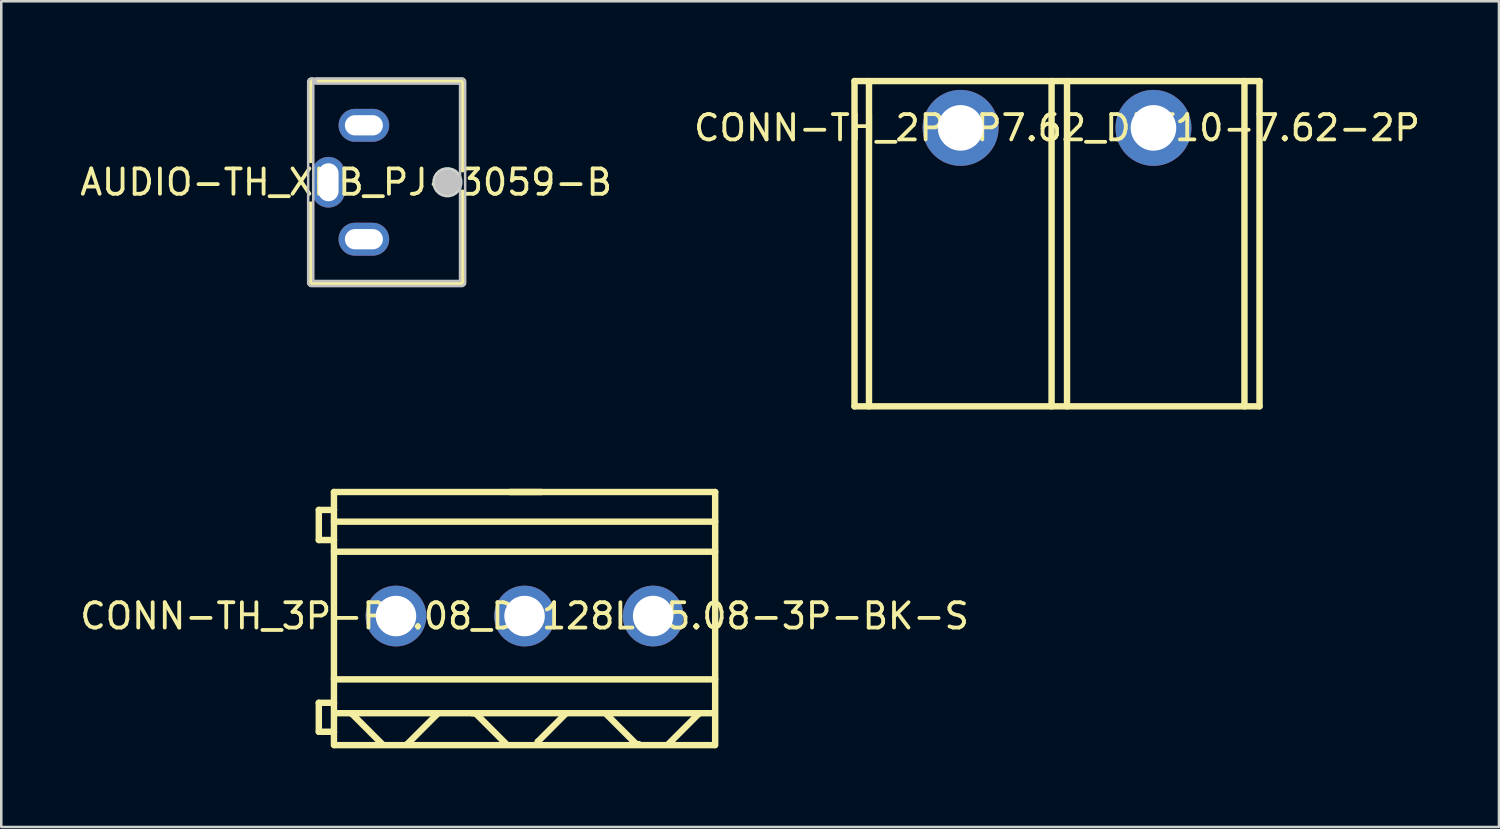
<source format=kicad_pcb>
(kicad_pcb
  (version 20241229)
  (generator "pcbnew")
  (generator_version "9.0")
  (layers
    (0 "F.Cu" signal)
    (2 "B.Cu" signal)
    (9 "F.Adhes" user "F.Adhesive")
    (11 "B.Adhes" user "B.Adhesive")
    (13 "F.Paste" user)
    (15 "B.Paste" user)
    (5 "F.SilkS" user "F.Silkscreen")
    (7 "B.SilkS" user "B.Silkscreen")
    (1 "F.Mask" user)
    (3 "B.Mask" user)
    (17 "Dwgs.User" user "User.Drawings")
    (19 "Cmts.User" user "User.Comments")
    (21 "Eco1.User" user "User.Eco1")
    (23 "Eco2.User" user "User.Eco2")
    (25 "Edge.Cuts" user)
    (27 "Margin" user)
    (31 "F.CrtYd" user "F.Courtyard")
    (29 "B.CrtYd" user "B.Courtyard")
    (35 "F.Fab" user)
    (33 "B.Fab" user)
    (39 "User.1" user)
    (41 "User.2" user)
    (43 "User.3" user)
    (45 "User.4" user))
  (footprint "CONN-TH_3P-P5.08_DB128L-5.08-3P-BK-S"
    (layer "F.Cu")
    (at 17.673 21.287)
    (property "Reference" "CONN-TH_3P-P5.08_DB128L-5.08-3P-BK-S" (at 0 0 0) (layer "F.SilkS") (effects (font (size 1 1) (thickness 0.15))))
    (fp_line (start -8.128 -4.192) (end -7.528 -4.192) (stroke (width 0.254) (type default)) (layer "F.SilkS"))
    (fp_line (start -8.128 -3.003) (end -8.128 -4.192) (stroke (width 0.254) (type default)) (layer "F.SilkS"))
    (fp_line (start -8.128 3.428) (end -7.528 3.428) (stroke (width 0.254) (type default)) (layer "F.SilkS"))
    (fp_line (start -8.128 4.572) (end -8.128 3.428) (stroke (width 0.254) (type default)) (layer "F.SilkS"))
    (fp_line (start -7.53 -4.9) (end -7.53 5.1) (stroke (width 0.254) (type default)) (layer "F.SilkS"))
    (fp_line (start -7.53 -4.9) (end 7.53 -4.9) (stroke (width 0.254) (type default)) (layer "F.SilkS"))
    (fp_line (start -7.53 -3.729) (end 7.53 -3.729) (stroke (width 0.254) (type default)) (layer "F.SilkS"))
    (fp_line (start -7.53 -2.54) (end 7.53 -2.54) (stroke (width 0.254) (type default)) (layer "F.SilkS"))
    (fp_line (start -7.53 2.469) (end -7.496 2.502) (stroke (width 0.254) (type default)) (layer "F.SilkS"))
    (fp_line (start -7.528 -3.003) (end -8.128 -3.003) (stroke (width 0.254) (type default)) (layer "F.SilkS"))
    (fp_line (start -7.528 4.572) (end -8.128 4.572) (stroke (width 0.254) (type default)) (layer "F.SilkS"))
    (fp_line (start -7.5 5.1) (end 7.5 5.1) (stroke (width 0.254) (type default)) (layer "F.SilkS"))
    (fp_line (start -7.496 2.502) (end 7.53 2.502) (stroke (width 0.254) (type default)) (layer "F.SilkS"))
    (fp_line (start -6.817 3.866) (end -6.817 3.838) (stroke (width 0.254) (type default)) (layer "F.SilkS"))
    (fp_line (start -5.623 5.06) (end -6.817 3.866) (stroke (width 0.254) (type default)) (layer "F.SilkS"))
    (fp_line (start -4.633 5.058) (end -4.633 5.06) (stroke (width 0.254) (type default)) (layer "F.SilkS"))
    (fp_line (start -3.413 3.838) (end -4.633 5.058) (stroke (width 0.254) (type default)) (layer "F.SilkS"))
    (fp_line (start -1.942 3.838) (end -2.067 3.838) (stroke (width 0.254) (type default)) (layer "F.SilkS"))
    (fp_line (start -0.721 5.06) (end -1.942 3.838) (stroke (width 0.254) (type default)) (layer "F.SilkS"))
    (fp_line (start -0.577 -4.9) (end 0.668 -4.9) (stroke (width 0.254) (type default)) (layer "F.SilkS"))
    (fp_line (start 0.524 4.962) (end 0.524 5.06) (stroke (width 0.254) (type default)) (layer "F.SilkS"))
    (fp_line (start 1.647 3.838) (end 0.524 4.962) (stroke (width 0.254) (type default)) (layer "F.SilkS"))
    (fp_line (start 3.191 3.838) (end 4.412 5.06) (stroke (width 0.254) (type default)) (layer "F.SilkS"))
    (fp_line (start 4.412 5.06) (end 4.511 5.06) (stroke (width 0.254) (type default)) (layer "F.SilkS"))
    (fp_line (start 5.68 5.06) (end 6.874 3.866) (stroke (width 0.254) (type default)) (layer "F.SilkS"))
    (fp_line (start 6.874 3.866) (end 6.874 3.838) (stroke (width 0.254) (type default)) (layer "F.SilkS"))
    (fp_line (start 7.478 3.838) (end -7.452 3.838) (stroke (width 0.254) (type default)) (layer "F.SilkS"))
    (fp_line (start 7.53 -4.9) (end 7.53 5.1) (stroke (width 0.254) (type default)) (layer "F.SilkS"))
    (fp_poly (pts (xy -4.383 -0.069) (xy -4.41 -0.203) (xy -4.463 -0.33) (xy -4.539 -0.444) (xy -4.636 -0.541) (xy -4.75 -0.617) (xy -4.877 -0.67) (xy -5.011 -0.697) (xy -5.149 -0.697) (xy -5.283 -0.67) (xy -5.41 -0.617) (xy -5.524 -0.541) (xy -5.621 -0.444) (xy -5.697 -0.33) (xy -5.75 -0.203) (xy -5.777 -0.069) (xy -5.777 0.069) (xy -5.75 0.203) (xy -5.697 0.33) (xy -5.621 0.444) (xy -5.524 0.541) (xy -5.41 0.617) (xy -5.283 0.67) (xy -5.149 0.697) (xy -5.011 0.697) (xy -4.877 0.67) (xy -4.75 0.617) (xy -4.636 0.541) (xy -4.539 0.444) (xy -4.463 0.33) (xy -4.41 0.203) (xy -4.383 0.069)) (stroke (width 0.1) (type default)) (fill no) (layer "User.1"))
    (fp_poly (pts (xy 0.697 -0.069) (xy 0.67 -0.203) (xy 0.617 -0.33) (xy 0.541 -0.444) (xy 0.444 -0.541) (xy 0.33 -0.617) (xy 0.203 -0.67) (xy 0.069 -0.697) (xy -0.069 -0.697) (xy -0.203 -0.67) (xy -0.33 -0.617) (xy -0.444 -0.541) (xy -0.541 -0.444) (xy -0.617 -0.33) (xy -0.67 -0.203) (xy -0.697 -0.069) (xy -0.697 0.069) (xy -0.67 0.203) (xy -0.617 0.33) (xy -0.541 0.444) (xy -0.444 0.541) (xy -0.33 0.617) (xy -0.203 0.67) (xy -0.069 0.697) (xy 0.069 0.697) (xy 0.203 0.67) (xy 0.33 0.617) (xy 0.444 0.541) (xy 0.541 0.444) (xy 0.617 0.33) (xy 0.67 0.203) (xy 0.697 0.069)) (stroke (width 0.1) (type default)) (fill no) (layer "User.1"))
    (fp_poly (pts (xy 5.777 -0.069) (xy 5.75 -0.203) (xy 5.697 -0.33) (xy 5.621 -0.444) (xy 5.524 -0.541) (xy 5.41 -0.617) (xy 5.283 -0.67) (xy 5.149 -0.697) (xy 5.011 -0.697) (xy 4.877 -0.67) (xy 4.75 -0.617) (xy 4.636 -0.541) (xy 4.539 -0.444) (xy 4.463 -0.33) (xy 4.41 -0.203) (xy 4.383 -0.069) (xy 4.383 0.069) (xy 4.41 0.203) (xy 4.463 0.33) (xy 4.539 0.444) (xy 4.636 0.541) (xy 4.75 0.617) (xy 4.877 0.67) (xy 5.011 0.697) (xy 5.149 0.697) (xy 5.283 0.67) (xy 5.41 0.617) (xy 5.524 0.541) (xy 5.621 0.444) (xy 5.697 0.33) (xy 5.75 0.203) (xy 5.777 0.069)) (stroke (width 0.1) (type default)) (fill no) (layer "User.1"))
    (fp_line (start -8.255 -5.027) (end 7.657 -5.027) (stroke (width 0.051) (type default)) (layer "User.2"))
    (fp_line (start -8.255 5.227) (end -8.255 -5.027) (stroke (width 0.051) (type default)) (layer "User.2"))
    (fp_line (start 7.657 -5.027) (end 7.657 5.227) (stroke (width 0.051) (type default)) (layer "User.2"))
    (fp_line (start 7.657 5.227) (end -8.255 5.227) (stroke (width 0.051) (type default)) (layer "User.2"))
    (fp_poly (pts (xy -8.2 5.204) (xy -8.232 5.172) (xy -8.278 5.172) (xy -8.31 5.204) (xy -8.31 5.25) (xy -8.278 5.282) (xy -8.232 5.282) (xy -8.2 5.25)) (stroke (width 0.1) (type default)) (fill no) (layer "User.3"))
    (pad "1" thru_hole circle (at -5.08 0) (size 2.4 2.4) (drill 1.6) (layers "*.Cu" "*.Mask"))
    (pad "2" thru_hole circle (at 0 0) (size 2.4 2.4) (drill 1.6) (layers "*.Cu" "*.Mask"))
    (pad "3" thru_hole circle (at 5.08 0) (size 2.4 2.4) (drill 1.6) (layers "*.Cu" "*.Mask")))
  (footprint "CONN-TH_2P-P7.62_DBT10-7.62-2P"
    (layer "F.Cu")
    (at 38.708 2.002)
    (property "Reference" "CONN-TH_2P-P7.62_DBT10-7.62-2P" (at 0 0 0) (layer "F.SilkS") (effects (font (size 1 1) (thickness 0.15))))
    (fp_line (start -8 -1.85) (end -8 11) (stroke (width 0.254) (type default)) (layer "F.SilkS"))
    (fp_line (start -8 -1.85) (end 8 -1.85) (stroke (width 0.254) (type default)) (layer "F.SilkS"))
    (fp_line (start -8 11) (end 8 11) (stroke (width 0.254) (type default)) (layer "F.SilkS"))
    (fp_line (start -7.428 -1.85) (end -7.428 11) (stroke (width 0.254) (type default)) (layer "F.SilkS"))
    (fp_line (start -0.215 -1.85) (end -0.215 11) (stroke (width 0.254) (type default)) (layer "F.SilkS"))
    (fp_line (start 0.395 -1.85) (end 0.395 11) (stroke (width 0.254) (type default)) (layer "F.SilkS"))
    (fp_line (start 7.405 -1.85) (end 7.405 11) (stroke (width 0.254) (type default)) (layer "F.SilkS"))
    (fp_line (start 8 -1.85) (end 8 11) (stroke (width 0.254) (type default)) (layer "F.SilkS"))
    (fp_poly (pts (xy -3.014 -0.078) (xy -3.044 -0.232) (xy -3.104 -0.377) (xy -3.192 -0.508) (xy -3.302 -0.618) (xy -3.433 -0.706) (xy -3.578 -0.766) (xy -3.732 -0.796) (xy -3.888 -0.796) (xy -4.042 -0.766) (xy -4.187 -0.706) (xy -4.318 -0.618) (xy -4.428 -0.508) (xy -4.516 -0.377) (xy -4.576 -0.232) (xy -4.606 -0.078) (xy -4.606 0.078) (xy -4.576 0.232) (xy -4.516 0.377) (xy -4.428 0.508) (xy -4.318 0.618) (xy -4.187 0.706) (xy -4.042 0.766) (xy -3.888 0.796) (xy -3.732 0.796) (xy -3.578 0.766) (xy -3.433 0.706) (xy -3.302 0.618) (xy -3.192 0.508) (xy -3.104 0.377) (xy -3.044 0.232) (xy -3.014 0.078)) (stroke (width 0.1) (type default)) (fill no) (layer "User.1"))
    (fp_poly (pts (xy 4.606 -0.078) (xy 4.576 -0.232) (xy 4.516 -0.377) (xy 4.428 -0.508) (xy 4.318 -0.618) (xy 4.187 -0.706) (xy 4.042 -0.766) (xy 3.888 -0.796) (xy 3.732 -0.796) (xy 3.578 -0.766) (xy 3.433 -0.706) (xy 3.302 -0.618) (xy 3.192 -0.508) (xy 3.104 -0.377) (xy 3.044 -0.232) (xy 3.014 -0.078) (xy 3.014 0.078) (xy 3.044 0.232) (xy 3.104 0.377) (xy 3.192 0.508) (xy 3.302 0.618) (xy 3.433 0.706) (xy 3.578 0.766) (xy 3.732 0.796) (xy 3.888 0.796) (xy 4.042 0.766) (xy 4.187 0.706) (xy 4.318 0.618) (xy 4.428 0.508) (xy 4.516 0.377) (xy 4.576 0.232) (xy 4.606 0.078)) (stroke (width 0.1) (type default)) (fill no) (layer "User.1"))
    (fp_line (start -8.127 -1.977) (end 8.127 -1.977) (stroke (width 0.051) (type default)) (layer "User.2"))
    (fp_line (start -8.127 11.127) (end -8.127 -1.977) (stroke (width 0.051) (type default)) (layer "User.2"))
    (fp_line (start 8.127 -1.977) (end 8.127 11.127) (stroke (width 0.051) (type default)) (layer "User.2"))
    (fp_line (start 8.127 11.127) (end -8.127 11.127) (stroke (width 0.051) (type default)) (layer "User.2"))
    (fp_poly (pts (xy -8.072 11.104) (xy -8.104 11.072) (xy -8.15 11.072) (xy -8.182 11.104) (xy -8.182 11.15) (xy -8.15 11.182) (xy -8.104 11.182) (xy -8.072 11.15)) (stroke (width 0.1) (type default)) (fill no) (layer "User.3"))
    (pad "1" thru_hole circle (at -3.81 0) (size 3 3) (drill 1.8) (layers "*.Cu" "*.Mask"))
    (pad "2" thru_hole circle (at 3.81 0) (size 3 3) (drill 1.8) (layers "*.Cu" "*.Mask")))
  (footprint "AUDIO-TH_XKB_PJ-3059-B"
    (layer "F.Cu")
    (at 10.625 4.15)
    (property "Reference" "AUDIO-TH_XKB_PJ-3059-B" (at 0 0 0) (layer "F.SilkS") (effects (font (size 1 1) (thickness 0.15))))
    (fp_line (start -1.4 -4) (end 4.6 -4) (stroke (width 0.254) (type default)) (layer "F.SilkS"))
    (fp_line (start -1.4 -0.883) (end -1.4 -4) (stroke (width 0.254) (type default)) (layer "F.SilkS"))
    (fp_line (start -1.4 4) (end -1.4 0.883) (stroke (width 0.254) (type default)) (layer "F.SilkS"))
    (fp_line (start 4.6 -4) (end 4.6 -0.517) (stroke (width 0.254) (type default)) (layer "F.SilkS"))
    (fp_line (start 4.6 0.517) (end 4.6 4) (stroke (width 0.254) (type default)) (layer "F.SilkS"))
    (fp_line (start 4.6 4) (end -1.4 4) (stroke (width 0.254) (type default)) (layer "F.SilkS"))
    (fp_circle (center 4 0) (end 4.25 0) (stroke (width 0.5) (type default)) (fill no) (layer "Dwgs.User"))
    (fp_poly (pts (xy -1.3 -4.1) (xy -1.3 3.9) (xy 4.5 3.9) (xy 4.5 -3.9) (xy -1.2 -3.9) (xy -1.2 -4.1) (xy 4.6 -4.1) (xy 4.7 -4) (xy 4.7 4) (xy 4.6 4.1) (xy -1.4 4.1) (xy -1.5 4) (xy -1.5 -4) (xy -1.4 -4.1)) (stroke (width 0.1) (type default)) (fill no) (layer "Dwgs.User"))
    (fp_poly (pts (xy 4.595 -0.078) (xy 4.554 -0.23) (xy 4.476 -0.365) (xy 4.365 -0.476) (xy 4.23 -0.554) (xy 4.078 -0.595) (xy 3.922 -0.595) (xy 3.77 -0.554) (xy 3.635 -0.476) (xy 3.524 -0.365) (xy 3.446 -0.23) (xy 3.405 -0.078) (xy 3.405 0.078) (xy 3.446 0.23) (xy 3.524 0.365) (xy 3.635 0.476) (xy 3.77 0.554) (xy 3.922 0.595) (xy 4.078 0.595) (xy 4.23 0.554) (xy 4.365 0.476) (xy 4.476 0.365) (xy 4.554 0.23) (xy 4.595 0.078)) (stroke (width 0) (type default)) (fill yes) (layer "Edge.Cuts"))
    (fp_poly (pts (xy -0.55 0.6) (xy -0.85 0.6) (xy -0.85 -0.6) (xy -0.55 -0.6)) (stroke (width 0.1) (type default)) (fill no) (layer "User.1"))
    (fp_poly (pts (xy 1.3 -2.4) (xy 1.3 -2.1) (xy 0.1 -2.1) (xy 0.1 -2.4)) (stroke (width 0.1) (type default)) (fill no) (layer "User.1"))
    (fp_poly (pts (xy 1.3 2.1) (xy 1.3 2.4) (xy 0.1 2.4) (xy 0.1 2.1)) (stroke (width 0.1) (type default)) (fill no) (layer "User.1"))
    (fp_line (start -1.4 -4) (end 4.6 -4) (stroke (width 0.051) (type default)) (layer "User.2"))
    (fp_line (start -1.4 4) (end -1.4 -4) (stroke (width 0.051) (type default)) (layer "User.2"))
    (fp_line (start 4.6 -4) (end 4.6 4) (stroke (width 0.051) (type default)) (layer "User.2"))
    (fp_line (start 4.6 4) (end -1.4 4) (stroke (width 0.051) (type default)) (layer "User.2"))
    (fp_poly (pts (xy 4.655 3.977) (xy 4.623 3.945) (xy 4.577 3.945) (xy 4.545 3.977) (xy 4.545 4.023) (xy 4.577 4.055) (xy 4.623 4.055) (xy 4.655 4.023)) (stroke (width 0.1) (type default)) (fill no) (layer "User.3"))
    (pad "2" thru_hole oval (at 0.7 2.25 90) (size 1.3 2) (drill oval 0.8 1.5) (layers "*.Cu" "*.Mask"))
    (pad "3" thru_hole oval (at 0.7 -2.25 90) (size 1.3 2) (drill oval 0.8 1.5) (layers "*.Cu" "*.Mask"))
    (pad "4" thru_hole oval (at -0.7 0 180) (size 1.3 2) (drill oval 0.8 1.5) (layers "*.Cu" "*.Mask")))
  (gr_rect
    (start -3 -3)
    (end 56.167 29.62)
    (stroke (width 0.1) (type default))
    (fill no)
    (layer "Edge.Cuts")))
</source>
